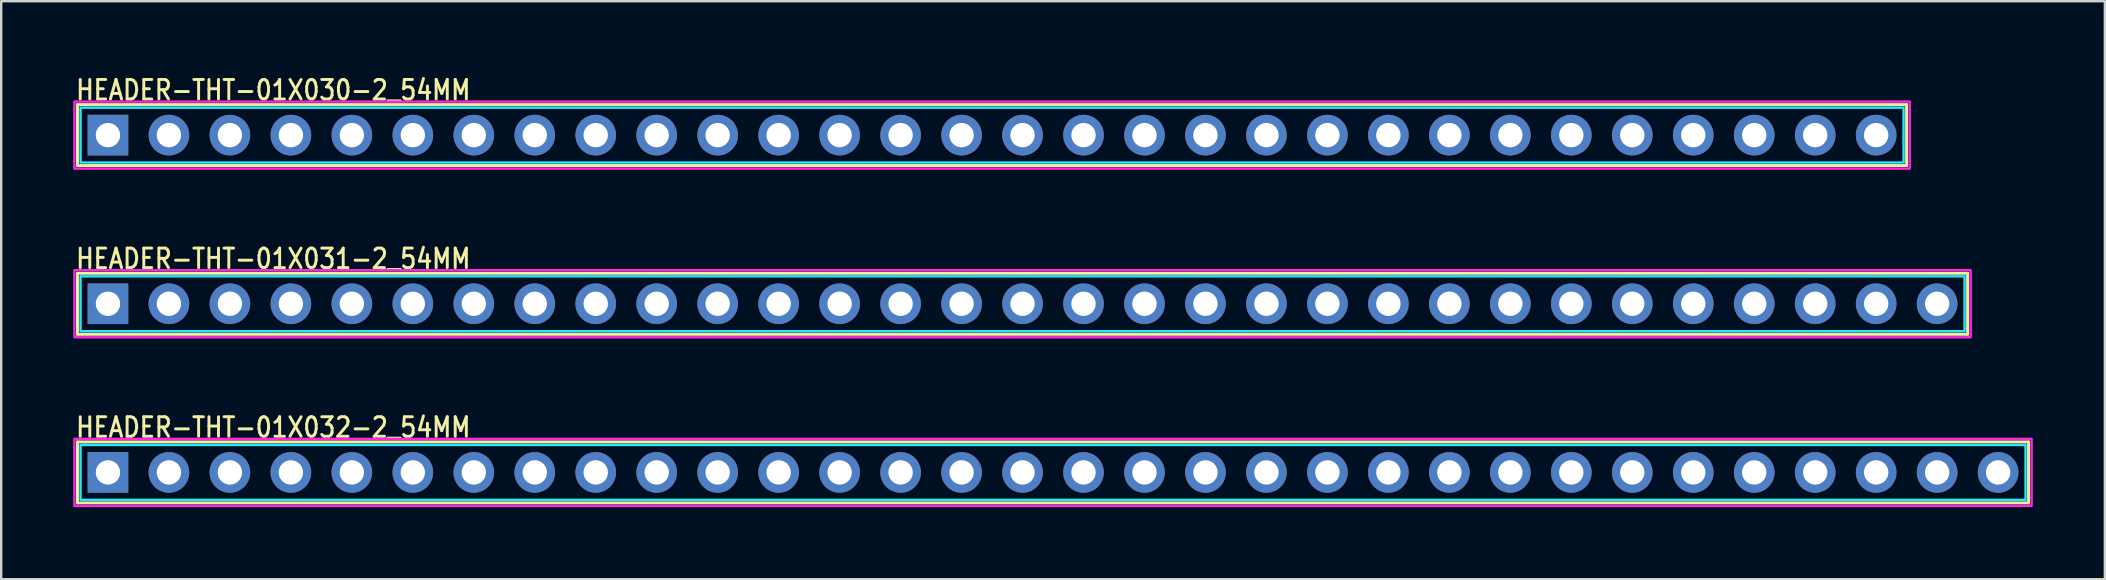
<source format=kicad_pcb>
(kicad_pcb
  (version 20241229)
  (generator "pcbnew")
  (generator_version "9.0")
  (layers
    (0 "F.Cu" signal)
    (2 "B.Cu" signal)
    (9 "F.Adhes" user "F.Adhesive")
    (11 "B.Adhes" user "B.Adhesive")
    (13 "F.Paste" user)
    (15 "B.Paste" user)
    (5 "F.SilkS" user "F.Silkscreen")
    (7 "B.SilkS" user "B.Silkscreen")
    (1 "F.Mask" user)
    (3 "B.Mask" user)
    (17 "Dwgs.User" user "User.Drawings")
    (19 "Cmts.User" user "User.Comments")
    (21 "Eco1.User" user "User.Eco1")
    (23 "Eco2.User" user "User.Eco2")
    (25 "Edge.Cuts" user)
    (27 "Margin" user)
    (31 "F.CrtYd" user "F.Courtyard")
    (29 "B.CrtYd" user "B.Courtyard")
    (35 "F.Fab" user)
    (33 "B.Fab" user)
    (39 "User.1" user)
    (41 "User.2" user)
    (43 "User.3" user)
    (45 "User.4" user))
  (footprint "HEADER-THT-01X031-2_54MM"
    (layer "F.Cu")
    (at 1.447 9.604)
    (property "Reference" "HEADER-THT-01X031-2_54MM" (at -1.4 -1.4 0) (unlocked yes) (layer "F.SilkS") (effects (font (size 0.813 0.695) (thickness 0.122)) (justify left bottom)))
    (fp_line (start -1.27 -1.27) (end -1.27 1.27) (stroke (width 0.127) (type solid)) (layer "F.SilkS"))
    (fp_line (start -1.27 1.27) (end 77.47 1.27) (stroke (width 0.127) (type solid)) (layer "F.SilkS"))
    (fp_line (start 77.47 -1.27) (end -1.27 -1.27) (stroke (width 0.127) (type solid)) (layer "F.SilkS"))
    (fp_line (start 77.47 1.27) (end 77.47 -1.27) (stroke (width 0.127) (type solid)) (layer "F.SilkS"))
    (fp_poly (pts (xy -1.143 -1.143) (xy 77.343 -1.143) (xy 77.343 1.143) (xy -1.143 1.143)) (stroke (width 0.1) (type solid)) (fill no) (layer "B.CrtYd"))
    (fp_poly (pts (xy -1.397 -1.397) (xy 77.597 -1.397) (xy 77.597 1.397) (xy -1.397 1.397)) (stroke (width 0.1) (type solid)) (fill no) (layer "F.CrtYd"))
    (pad "1" thru_hole rect (at 0 0) (size 1.693 1.693) (drill 1.016) (layers "*.Cu" "*.Mask"))
    (pad "2" thru_hole oval (at 2.54 0) (size 1.693 1.693) (drill 1.016) (layers "*.Cu" "*.Mask"))
    (pad "3" thru_hole oval (at 5.08 0) (size 1.693 1.693) (drill 1.016) (layers "*.Cu" "*.Mask"))
    (pad "4" thru_hole oval (at 7.62 0) (size 1.693 1.693) (drill 1.016) (layers "*.Cu" "*.Mask"))
    (pad "5" thru_hole oval (at 10.16 0) (size 1.693 1.693) (drill 1.016) (layers "*.Cu" "*.Mask"))
    (pad "6" thru_hole oval (at 12.7 0) (size 1.693 1.693) (drill 1.016) (layers "*.Cu" "*.Mask"))
    (pad "7" thru_hole oval (at 15.24 0) (size 1.693 1.693) (drill 1.016) (layers "*.Cu" "*.Mask"))
    (pad "8" thru_hole oval (at 17.78 0) (size 1.693 1.693) (drill 1.016) (layers "*.Cu" "*.Mask"))
    (pad "9" thru_hole oval (at 20.32 0) (size 1.693 1.693) (drill 1.016) (layers "*.Cu" "*.Mask"))
    (pad "10" thru_hole oval (at 22.86 0) (size 1.693 1.693) (drill 1.016) (layers "*.Cu" "*.Mask"))
    (pad "11" thru_hole oval (at 25.4 0) (size 1.693 1.693) (drill 1.016) (layers "*.Cu" "*.Mask"))
    (pad "12" thru_hole oval (at 27.94 0) (size 1.693 1.693) (drill 1.016) (layers "*.Cu" "*.Mask"))
    (pad "13" thru_hole oval (at 30.48 0) (size 1.693 1.693) (drill 1.016) (layers "*.Cu" "*.Mask"))
    (pad "14" thru_hole oval (at 33.02 0) (size 1.693 1.693) (drill 1.016) (layers "*.Cu" "*.Mask"))
    (pad "15" thru_hole oval (at 35.56 0) (size 1.693 1.693) (drill 1.016) (layers "*.Cu" "*.Mask"))
    (pad "16" thru_hole oval (at 38.1 0) (size 1.693 1.693) (drill 1.016) (layers "*.Cu" "*.Mask"))
    (pad "17" thru_hole oval (at 40.64 0) (size 1.693 1.693) (drill 1.016) (layers "*.Cu" "*.Mask"))
    (pad "18" thru_hole oval (at 43.18 0) (size 1.693 1.693) (drill 1.016) (layers "*.Cu" "*.Mask"))
    (pad "19" thru_hole oval (at 45.72 0) (size 1.693 1.693) (drill 1.016) (layers "*.Cu" "*.Mask"))
    (pad "20" thru_hole oval (at 48.26 0) (size 1.693 1.693) (drill 1.016) (layers "*.Cu" "*.Mask"))
    (pad "21" thru_hole oval (at 50.8 0) (size 1.693 1.693) (drill 1.016) (layers "*.Cu" "*.Mask"))
    (pad "22" thru_hole oval (at 53.34 0) (size 1.693 1.693) (drill 1.016) (layers "*.Cu" "*.Mask"))
    (pad "23" thru_hole oval (at 55.88 0) (size 1.693 1.693) (drill 1.016) (layers "*.Cu" "*.Mask"))
    (pad "24" thru_hole oval (at 58.42 0) (size 1.693 1.693) (drill 1.016) (layers "*.Cu" "*.Mask"))
    (pad "25" thru_hole oval (at 60.96 0) (size 1.693 1.693) (drill 1.016) (layers "*.Cu" "*.Mask"))
    (pad "26" thru_hole oval (at 63.5 0) (size 1.693 1.693) (drill 1.016) (layers "*.Cu" "*.Mask"))
    (pad "27" thru_hole oval (at 66.04 0) (size 1.693 1.693) (drill 1.016) (layers "*.Cu" "*.Mask"))
    (pad "28" thru_hole oval (at 68.58 0) (size 1.693 1.693) (drill 1.016) (layers "*.Cu" "*.Mask"))
    (pad "29" thru_hole oval (at 71.12 0) (size 1.693 1.693) (drill 1.016) (layers "*.Cu" "*.Mask"))
    (pad "30" thru_hole oval (at 73.66 0) (size 1.693 1.693) (drill 1.016) (layers "*.Cu" "*.Mask"))
    (pad "31" thru_hole oval (at 76.2 0) (size 1.693 1.693) (drill 1.016) (layers "*.Cu" "*.Mask")))
  (footprint "HEADER-THT-01X032-2_54MM"
    (layer "F.Cu")
    (at 1.447 16.63)
    (property "Reference" "HEADER-THT-01X032-2_54MM" (at -1.4 -1.4 0) (unlocked yes) (layer "F.SilkS") (effects (font (size 0.813 0.695) (thickness 0.122)) (justify left bottom)))
    (fp_line (start -1.27 -1.27) (end -1.27 1.27) (stroke (width 0.127) (type solid)) (layer "F.SilkS"))
    (fp_line (start -1.27 1.27) (end 80.01 1.27) (stroke (width 0.127) (type solid)) (layer "F.SilkS"))
    (fp_line (start 80.01 -1.27) (end -1.27 -1.27) (stroke (width 0.127) (type solid)) (layer "F.SilkS"))
    (fp_line (start 80.01 1.27) (end 80.01 -1.27) (stroke (width 0.127) (type solid)) (layer "F.SilkS"))
    (fp_poly (pts (xy -1.143 -1.143) (xy 79.883 -1.143) (xy 79.883 1.143) (xy -1.143 1.143)) (stroke (width 0.1) (type solid)) (fill no) (layer "B.CrtYd"))
    (fp_poly (pts (xy -1.397 -1.397) (xy 80.137 -1.397) (xy 80.137 1.397) (xy -1.397 1.397)) (stroke (width 0.1) (type solid)) (fill no) (layer "F.CrtYd"))
    (pad "1" thru_hole rect (at 0 0) (size 1.693 1.693) (drill 1.016) (layers "*.Cu" "*.Mask"))
    (pad "2" thru_hole oval (at 2.54 0) (size 1.693 1.693) (drill 1.016) (layers "*.Cu" "*.Mask"))
    (pad "3" thru_hole oval (at 5.08 0) (size 1.693 1.693) (drill 1.016) (layers "*.Cu" "*.Mask"))
    (pad "4" thru_hole oval (at 7.62 0) (size 1.693 1.693) (drill 1.016) (layers "*.Cu" "*.Mask"))
    (pad "5" thru_hole oval (at 10.16 0) (size 1.693 1.693) (drill 1.016) (layers "*.Cu" "*.Mask"))
    (pad "6" thru_hole oval (at 12.7 0) (size 1.693 1.693) (drill 1.016) (layers "*.Cu" "*.Mask"))
    (pad "7" thru_hole oval (at 15.24 0) (size 1.693 1.693) (drill 1.016) (layers "*.Cu" "*.Mask"))
    (pad "8" thru_hole oval (at 17.78 0) (size 1.693 1.693) (drill 1.016) (layers "*.Cu" "*.Mask"))
    (pad "9" thru_hole oval (at 20.32 0) (size 1.693 1.693) (drill 1.016) (layers "*.Cu" "*.Mask"))
    (pad "10" thru_hole oval (at 22.86 0) (size 1.693 1.693) (drill 1.016) (layers "*.Cu" "*.Mask"))
    (pad "11" thru_hole oval (at 25.4 0) (size 1.693 1.693) (drill 1.016) (layers "*.Cu" "*.Mask"))
    (pad "12" thru_hole oval (at 27.94 0) (size 1.693 1.693) (drill 1.016) (layers "*.Cu" "*.Mask"))
    (pad "13" thru_hole oval (at 30.48 0) (size 1.693 1.693) (drill 1.016) (layers "*.Cu" "*.Mask"))
    (pad "14" thru_hole oval (at 33.02 0) (size 1.693 1.693) (drill 1.016) (layers "*.Cu" "*.Mask"))
    (pad "15" thru_hole oval (at 35.56 0) (size 1.693 1.693) (drill 1.016) (layers "*.Cu" "*.Mask"))
    (pad "16" thru_hole oval (at 38.1 0) (size 1.693 1.693) (drill 1.016) (layers "*.Cu" "*.Mask"))
    (pad "17" thru_hole oval (at 40.64 0) (size 1.693 1.693) (drill 1.016) (layers "*.Cu" "*.Mask"))
    (pad "18" thru_hole oval (at 43.18 0) (size 1.693 1.693) (drill 1.016) (layers "*.Cu" "*.Mask"))
    (pad "19" thru_hole oval (at 45.72 0) (size 1.693 1.693) (drill 1.016) (layers "*.Cu" "*.Mask"))
    (pad "20" thru_hole oval (at 48.26 0) (size 1.693 1.693) (drill 1.016) (layers "*.Cu" "*.Mask"))
    (pad "21" thru_hole oval (at 50.8 0) (size 1.693 1.693) (drill 1.016) (layers "*.Cu" "*.Mask"))
    (pad "22" thru_hole oval (at 53.34 0) (size 1.693 1.693) (drill 1.016) (layers "*.Cu" "*.Mask"))
    (pad "23" thru_hole oval (at 55.88 0) (size 1.693 1.693) (drill 1.016) (layers "*.Cu" "*.Mask"))
    (pad "24" thru_hole oval (at 58.42 0) (size 1.693 1.693) (drill 1.016) (layers "*.Cu" "*.Mask"))
    (pad "25" thru_hole oval (at 60.96 0) (size 1.693 1.693) (drill 1.016) (layers "*.Cu" "*.Mask"))
    (pad "26" thru_hole oval (at 63.5 0) (size 1.693 1.693) (drill 1.016) (layers "*.Cu" "*.Mask"))
    (pad "27" thru_hole oval (at 66.04 0) (size 1.693 1.693) (drill 1.016) (layers "*.Cu" "*.Mask"))
    (pad "28" thru_hole oval (at 68.58 0) (size 1.693 1.693) (drill 1.016) (layers "*.Cu" "*.Mask"))
    (pad "29" thru_hole oval (at 71.12 0) (size 1.693 1.693) (drill 1.016) (layers "*.Cu" "*.Mask"))
    (pad "30" thru_hole oval (at 73.66 0) (size 1.693 1.693) (drill 1.016) (layers "*.Cu" "*.Mask"))
    (pad "31" thru_hole oval (at 76.2 0) (size 1.693 1.693) (drill 1.016) (layers "*.Cu" "*.Mask"))
    (pad "32" thru_hole oval (at 78.74 0) (size 1.693 1.693) (drill 1.016) (layers "*.Cu" "*.Mask")))
  (footprint "HEADER-THT-01X030-2_54MM"
    (layer "F.Cu")
    (at 1.447 2.579)
    (property "Reference" "HEADER-THT-01X030-2_54MM" (at -1.4 -1.4 0) (unlocked yes) (layer "F.SilkS") (effects (font (size 0.813 0.695) (thickness 0.122)) (justify left bottom)))
    (fp_line (start -1.27 -1.27) (end -1.27 1.27) (stroke (width 0.127) (type solid)) (layer "F.SilkS"))
    (fp_line (start -1.27 1.27) (end 74.93 1.27) (stroke (width 0.127) (type solid)) (layer "F.SilkS"))
    (fp_line (start 74.93 -1.27) (end -1.27 -1.27) (stroke (width 0.127) (type solid)) (layer "F.SilkS"))
    (fp_line (start 74.93 1.27) (end 74.93 -1.27) (stroke (width 0.127) (type solid)) (layer "F.SilkS"))
    (fp_poly (pts (xy -1.143 -1.143) (xy 74.803 -1.143) (xy 74.803 1.143) (xy -1.143 1.143)) (stroke (width 0.1) (type solid)) (fill no) (layer "B.CrtYd"))
    (fp_poly (pts (xy -1.397 -1.397) (xy 75.057 -1.397) (xy 75.057 1.397) (xy -1.397 1.397)) (stroke (width 0.1) (type solid)) (fill no) (layer "F.CrtYd"))
    (pad "1" thru_hole rect (at 0 0) (size 1.693 1.693) (drill 1.016) (layers "*.Cu" "*.Mask"))
    (pad "2" thru_hole oval (at 2.54 0) (size 1.693 1.693) (drill 1.016) (layers "*.Cu" "*.Mask"))
    (pad "3" thru_hole oval (at 5.08 0) (size 1.693 1.693) (drill 1.016) (layers "*.Cu" "*.Mask"))
    (pad "4" thru_hole oval (at 7.62 0) (size 1.693 1.693) (drill 1.016) (layers "*.Cu" "*.Mask"))
    (pad "5" thru_hole oval (at 10.16 0) (size 1.693 1.693) (drill 1.016) (layers "*.Cu" "*.Mask"))
    (pad "6" thru_hole oval (at 12.7 0) (size 1.693 1.693) (drill 1.016) (layers "*.Cu" "*.Mask"))
    (pad "7" thru_hole oval (at 15.24 0) (size 1.693 1.693) (drill 1.016) (layers "*.Cu" "*.Mask"))
    (pad "8" thru_hole oval (at 17.78 0) (size 1.693 1.693) (drill 1.016) (layers "*.Cu" "*.Mask"))
    (pad "9" thru_hole oval (at 20.32 0) (size 1.693 1.693) (drill 1.016) (layers "*.Cu" "*.Mask"))
    (pad "10" thru_hole oval (at 22.86 0) (size 1.693 1.693) (drill 1.016) (layers "*.Cu" "*.Mask"))
    (pad "11" thru_hole oval (at 25.4 0) (size 1.693 1.693) (drill 1.016) (layers "*.Cu" "*.Mask"))
    (pad "12" thru_hole oval (at 27.94 0) (size 1.693 1.693) (drill 1.016) (layers "*.Cu" "*.Mask"))
    (pad "13" thru_hole oval (at 30.48 0) (size 1.693 1.693) (drill 1.016) (layers "*.Cu" "*.Mask"))
    (pad "14" thru_hole oval (at 33.02 0) (size 1.693 1.693) (drill 1.016) (layers "*.Cu" "*.Mask"))
    (pad "15" thru_hole oval (at 35.56 0) (size 1.693 1.693) (drill 1.016) (layers "*.Cu" "*.Mask"))
    (pad "16" thru_hole oval (at 38.1 0) (size 1.693 1.693) (drill 1.016) (layers "*.Cu" "*.Mask"))
    (pad "17" thru_hole oval (at 40.64 0) (size 1.693 1.693) (drill 1.016) (layers "*.Cu" "*.Mask"))
    (pad "18" thru_hole oval (at 43.18 0) (size 1.693 1.693) (drill 1.016) (layers "*.Cu" "*.Mask"))
    (pad "19" thru_hole oval (at 45.72 0) (size 1.693 1.693) (drill 1.016) (layers "*.Cu" "*.Mask"))
    (pad "20" thru_hole oval (at 48.26 0) (size 1.693 1.693) (drill 1.016) (layers "*.Cu" "*.Mask"))
    (pad "21" thru_hole oval (at 50.8 0) (size 1.693 1.693) (drill 1.016) (layers "*.Cu" "*.Mask"))
    (pad "22" thru_hole oval (at 53.34 0) (size 1.693 1.693) (drill 1.016) (layers "*.Cu" "*.Mask"))
    (pad "23" thru_hole oval (at 55.88 0) (size 1.693 1.693) (drill 1.016) (layers "*.Cu" "*.Mask"))
    (pad "24" thru_hole oval (at 58.42 0) (size 1.693 1.693) (drill 1.016) (layers "*.Cu" "*.Mask"))
    (pad "25" thru_hole oval (at 60.96 0) (size 1.693 1.693) (drill 1.016) (layers "*.Cu" "*.Mask"))
    (pad "26" thru_hole oval (at 63.5 0) (size 1.693 1.693) (drill 1.016) (layers "*.Cu" "*.Mask"))
    (pad "27" thru_hole oval (at 66.04 0) (size 1.693 1.693) (drill 1.016) (layers "*.Cu" "*.Mask"))
    (pad "28" thru_hole oval (at 68.58 0) (size 1.693 1.693) (drill 1.016) (layers "*.Cu" "*.Mask"))
    (pad "29" thru_hole oval (at 71.12 0) (size 1.693 1.693) (drill 1.016) (layers "*.Cu" "*.Mask"))
    (pad "30" thru_hole oval (at 73.66 0) (size 1.693 1.693) (drill 1.016) (layers "*.Cu" "*.Mask")))
  (gr_rect
    (start -3 -3)
    (end 84.634 21.077)
    (stroke (width 0.1) (type default))
    (fill no)
    (layer "Edge.Cuts")))
</source>
